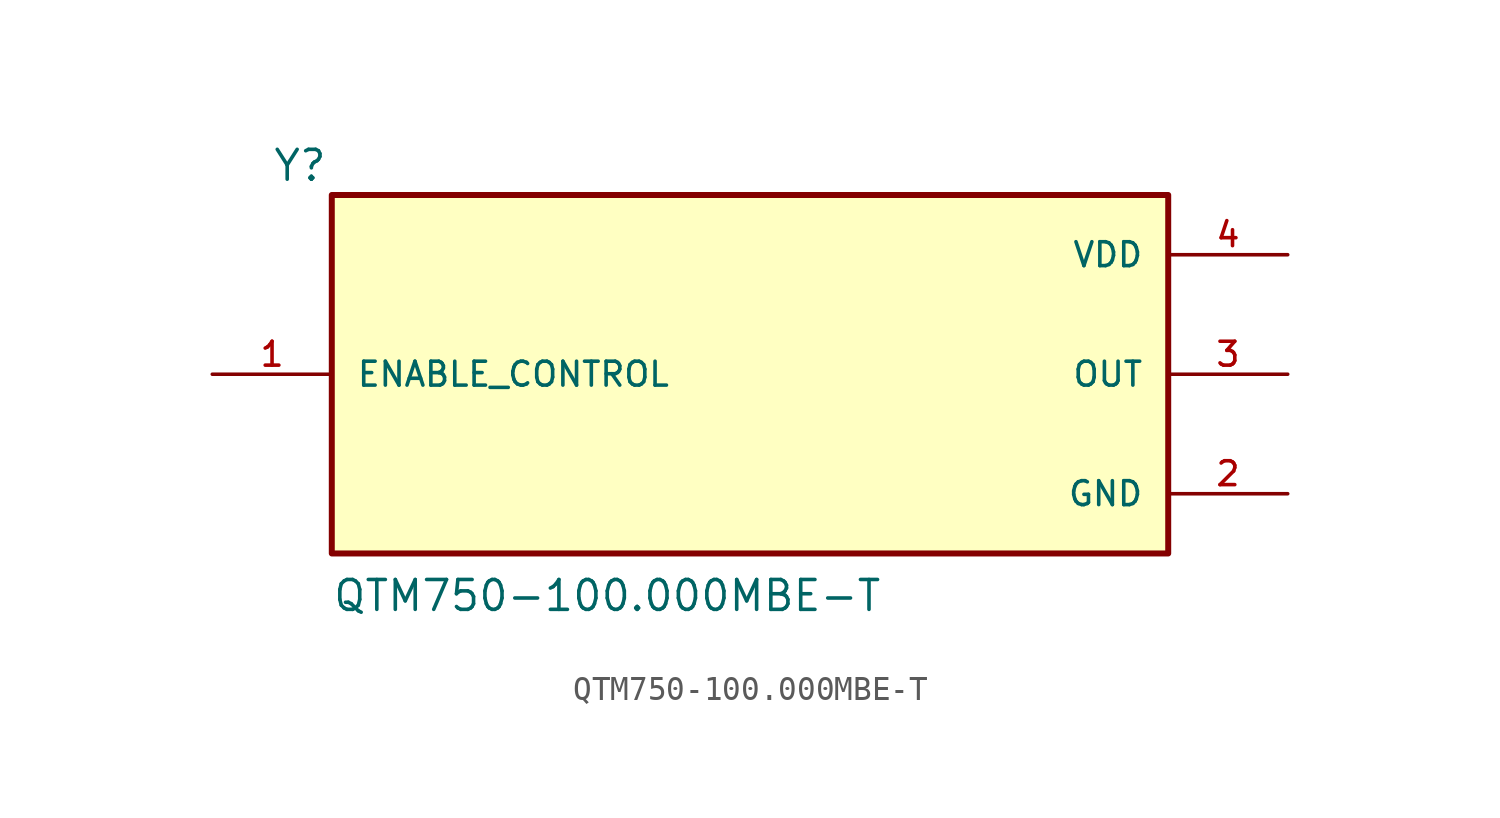
<source format=kicad_sym>
(kicad_symbol_lib
  (version 20211014)
  (generator kicad_symbol_editor)
  (symbol "QTM750-100.000MBE-T"
    (pin_names
      (offset 1.016))
    (property "Reference" "Y"
      (at -20.32 8.128 0)
      (effects (font (size 1.27 1.27)) (justify bottom left)))
    (property "Value" "QTM750-100.000MBE-T"
      (at -17.78 -10.16 0)
      (effects (font (size 1.27 1.27)) (justify bottom left)))
    (symbol "QTM750-100.000MBE-T_0_0"
      (rectangle (start -17.78 -7.62) (end 17.78 7.62) (stroke (width 0.254)) (fill (type background)))
      (pin power_in line (at 22.86 5.08 180.0) (length 5.08) (name "VDD" (effects (font (size 1.016 1.016)))) (number "4" (effects (font (size 1.016 1.016)))))
      (pin power_in line (at 22.86 -5.08 180.0) (length 5.08) (name "GND" (effects (font (size 1.016 1.016)))) (number "2" (effects (font (size 1.016 1.016)))))
      (pin output line (at 22.86 0.0 180.0) (length 5.08) (name "OUT" (effects (font (size 1.016 1.016)))) (number "3" (effects (font (size 1.016 1.016)))))
      (pin input line (at -22.86 0.0 0) (length 5.08) (name "ENABLE_CONTROL" (effects (font (size 1.016 1.016)))) (number "1" (effects (font (size 1.016 1.016))))))))
</source>
